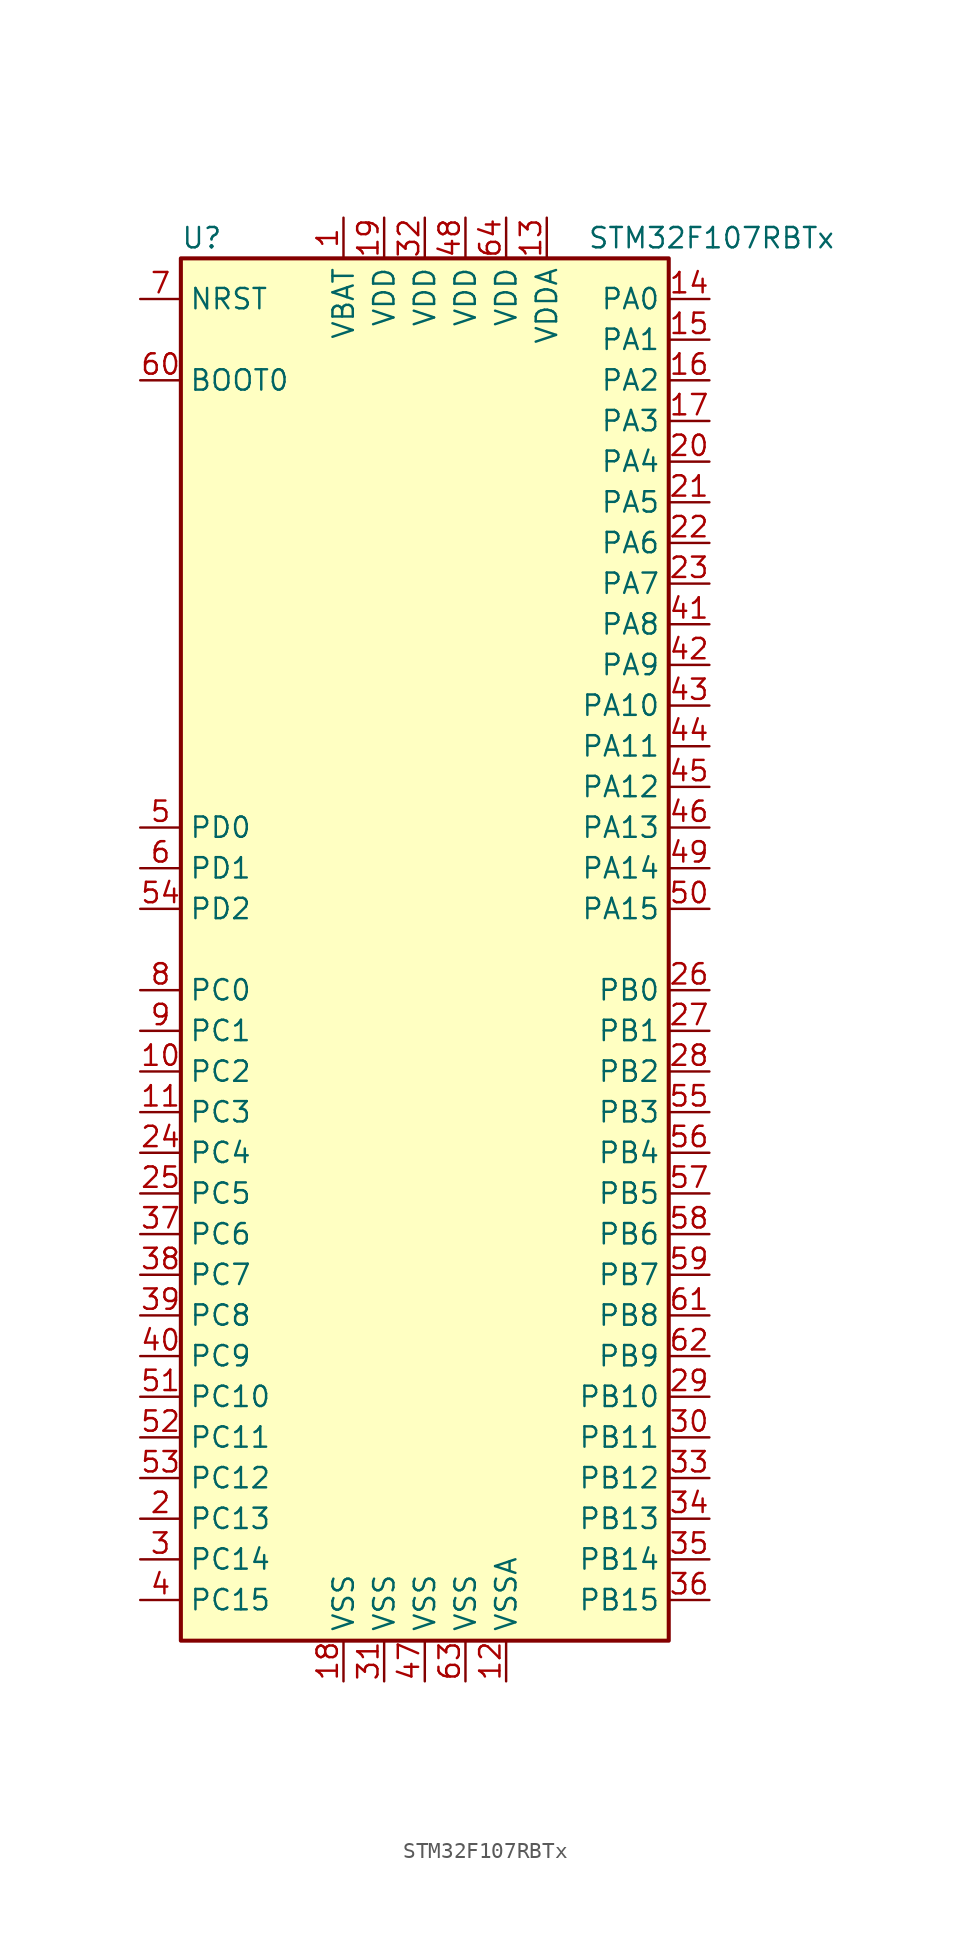
<source format=kicad_sym>
(kicad_symbol_lib
  (version 20211014)
  (generator kicad_symbol_editor)
  (symbol "STM32F107RBTx"
    (property "Reference" "U"
      (at -15.24 44.45 0)
      (effects (font (size 1.27 1.27)) (justify left)))
    (property "Value" "STM32F107RBTx"
      (at 10.16 44.45 0)
      (effects (font (size 1.27 1.27)) (justify left)))
    (symbol "STM32F107RBTx_0_1"
      (rectangle (start -15.24 -43.18) (end 15.24 43.18) (stroke (width 0.254) (type default) (color 0 0 0 0)) (fill (type background))))
    (symbol "STM32F107RBTx_1_1"
      (pin power_in line (at -5.08 45.72 270) (length 2.54) (name "VBAT" (effects (font (size 1.27 1.27)))) (number "1" (effects (font (size 1.27 1.27)))))
      (pin bidirectional line (at -17.78 -7.62 0) (length 2.54) (name "PC2" (effects (font (size 1.27 1.27)))) (number "10" (effects (font (size 1.27 1.27)))))
      (pin bidirectional line (at -17.78 -10.16 0) (length 2.54) (name "PC3" (effects (font (size 1.27 1.27)))) (number "11" (effects (font (size 1.27 1.27)))))
      (pin power_in line (at 5.08 -45.72 90) (length 2.54) (name "VSSA" (effects (font (size 1.27 1.27)))) (number "12" (effects (font (size 1.27 1.27)))))
      (pin power_in line (at 7.62 45.72 270) (length 2.54) (name "VDDA" (effects (font (size 1.27 1.27)))) (number "13" (effects (font (size 1.27 1.27)))))
      (pin bidirectional line (at 17.78 40.64 180) (length 2.54) (name "PA0" (effects (font (size 1.27 1.27)))) (number "14" (effects (font (size 1.27 1.27)))))
      (pin bidirectional line (at 17.78 38.1 180) (length 2.54) (name "PA1" (effects (font (size 1.27 1.27)))) (number "15" (effects (font (size 1.27 1.27)))))
      (pin bidirectional line (at 17.78 35.56 180) (length 2.54) (name "PA2" (effects (font (size 1.27 1.27)))) (number "16" (effects (font (size 1.27 1.27)))))
      (pin bidirectional line (at 17.78 33.02 180) (length 2.54) (name "PA3" (effects (font (size 1.27 1.27)))) (number "17" (effects (font (size 1.27 1.27)))))
      (pin power_in line (at -5.08 -45.72 90) (length 2.54) (name "VSS" (effects (font (size 1.27 1.27)))) (number "18" (effects (font (size 1.27 1.27)))))
      (pin power_in line (at -2.54 45.72 270) (length 2.54) (name "VDD" (effects (font (size 1.27 1.27)))) (number "19" (effects (font (size 1.27 1.27)))))
      (pin bidirectional line (at -17.78 -35.56 0) (length 2.54) (name "PC13" (effects (font (size 1.27 1.27)))) (number "2" (effects (font (size 1.27 1.27)))))
      (pin bidirectional line (at 17.78 30.48 180) (length 2.54) (name "PA4" (effects (font (size 1.27 1.27)))) (number "20" (effects (font (size 1.27 1.27)))))
      (pin bidirectional line (at 17.78 27.94 180) (length 2.54) (name "PA5" (effects (font (size 1.27 1.27)))) (number "21" (effects (font (size 1.27 1.27)))))
      (pin bidirectional line (at 17.78 25.4 180) (length 2.54) (name "PA6" (effects (font (size 1.27 1.27)))) (number "22" (effects (font (size 1.27 1.27)))))
      (pin bidirectional line (at 17.78 22.86 180) (length 2.54) (name "PA7" (effects (font (size 1.27 1.27)))) (number "23" (effects (font (size 1.27 1.27)))))
      (pin bidirectional line (at -17.78 -12.7 0) (length 2.54) (name "PC4" (effects (font (size 1.27 1.27)))) (number "24" (effects (font (size 1.27 1.27)))))
      (pin bidirectional line (at -17.78 -15.24 0) (length 2.54) (name "PC5" (effects (font (size 1.27 1.27)))) (number "25" (effects (font (size 1.27 1.27)))))
      (pin bidirectional line (at 17.78 -2.54 180) (length 2.54) (name "PB0" (effects (font (size 1.27 1.27)))) (number "26" (effects (font (size 1.27 1.27)))))
      (pin bidirectional line (at 17.78 -5.08 180) (length 2.54) (name "PB1" (effects (font (size 1.27 1.27)))) (number "27" (effects (font (size 1.27 1.27)))))
      (pin bidirectional line (at 17.78 -7.62 180) (length 2.54) (name "PB2" (effects (font (size 1.27 1.27)))) (number "28" (effects (font (size 1.27 1.27)))))
      (pin bidirectional line (at 17.78 -27.94 180) (length 2.54) (name "PB10" (effects (font (size 1.27 1.27)))) (number "29" (effects (font (size 1.27 1.27)))))
      (pin bidirectional line (at -17.78 -38.1 0) (length 2.54) (name "PC14" (effects (font (size 1.27 1.27)))) (number "3" (effects (font (size 1.27 1.27)))))
      (pin bidirectional line (at 17.78 -30.48 180) (length 2.54) (name "PB11" (effects (font (size 1.27 1.27)))) (number "30" (effects (font (size 1.27 1.27)))))
      (pin power_in line (at -2.54 -45.72 90) (length 2.54) (name "VSS" (effects (font (size 1.27 1.27)))) (number "31" (effects (font (size 1.27 1.27)))))
      (pin power_in line (at 0 45.72 270) (length 2.54) (name "VDD" (effects (font (size 1.27 1.27)))) (number "32" (effects (font (size 1.27 1.27)))))
      (pin bidirectional line (at 17.78 -33.02 180) (length 2.54) (name "PB12" (effects (font (size 1.27 1.27)))) (number "33" (effects (font (size 1.27 1.27)))))
      (pin bidirectional line (at 17.78 -35.56 180) (length 2.54) (name "PB13" (effects (font (size 1.27 1.27)))) (number "34" (effects (font (size 1.27 1.27)))))
      (pin bidirectional line (at 17.78 -38.1 180) (length 2.54) (name "PB14" (effects (font (size 1.27 1.27)))) (number "35" (effects (font (size 1.27 1.27)))))
      (pin bidirectional line (at 17.78 -40.64 180) (length 2.54) (name "PB15" (effects (font (size 1.27 1.27)))) (number "36" (effects (font (size 1.27 1.27)))))
      (pin bidirectional line (at -17.78 -17.78 0) (length 2.54) (name "PC6" (effects (font (size 1.27 1.27)))) (number "37" (effects (font (size 1.27 1.27)))))
      (pin bidirectional line (at -17.78 -20.32 0) (length 2.54) (name "PC7" (effects (font (size 1.27 1.27)))) (number "38" (effects (font (size 1.27 1.27)))))
      (pin bidirectional line (at -17.78 -22.86 0) (length 2.54) (name "PC8" (effects (font (size 1.27 1.27)))) (number "39" (effects (font (size 1.27 1.27)))))
      (pin bidirectional line (at -17.78 -40.64 0) (length 2.54) (name "PC15" (effects (font (size 1.27 1.27)))) (number "4" (effects (font (size 1.27 1.27)))))
      (pin bidirectional line (at -17.78 -25.4 0) (length 2.54) (name "PC9" (effects (font (size 1.27 1.27)))) (number "40" (effects (font (size 1.27 1.27)))))
      (pin bidirectional line (at 17.78 20.32 180) (length 2.54) (name "PA8" (effects (font (size 1.27 1.27)))) (number "41" (effects (font (size 1.27 1.27)))))
      (pin bidirectional line (at 17.78 17.78 180) (length 2.54) (name "PA9" (effects (font (size 1.27 1.27)))) (number "42" (effects (font (size 1.27 1.27)))))
      (pin bidirectional line (at 17.78 15.24 180) (length 2.54) (name "PA10" (effects (font (size 1.27 1.27)))) (number "43" (effects (font (size 1.27 1.27)))))
      (pin bidirectional line (at 17.78 12.7 180) (length 2.54) (name "PA11" (effects (font (size 1.27 1.27)))) (number "44" (effects (font (size 1.27 1.27)))))
      (pin bidirectional line (at 17.78 10.16 180) (length 2.54) (name "PA12" (effects (font (size 1.27 1.27)))) (number "45" (effects (font (size 1.27 1.27)))))
      (pin bidirectional line (at 17.78 7.62 180) (length 2.54) (name "PA13" (effects (font (size 1.27 1.27)))) (number "46" (effects (font (size 1.27 1.27)))))
      (pin power_in line (at 0 -45.72 90) (length 2.54) (name "VSS" (effects (font (size 1.27 1.27)))) (number "47" (effects (font (size 1.27 1.27)))))
      (pin power_in line (at 2.54 45.72 270) (length 2.54) (name "VDD" (effects (font (size 1.27 1.27)))) (number "48" (effects (font (size 1.27 1.27)))))
      (pin bidirectional line (at 17.78 5.08 180) (length 2.54) (name "PA14" (effects (font (size 1.27 1.27)))) (number "49" (effects (font (size 1.27 1.27)))))
      (pin input line (at -17.78 7.62 0) (length 2.54) (name "PD0" (effects (font (size 1.27 1.27)))) (number "5" (effects (font (size 1.27 1.27)))))
      (pin bidirectional line (at 17.78 2.54 180) (length 2.54) (name "PA15" (effects (font (size 1.27 1.27)))) (number "50" (effects (font (size 1.27 1.27)))))
      (pin bidirectional line (at -17.78 -27.94 0) (length 2.54) (name "PC10" (effects (font (size 1.27 1.27)))) (number "51" (effects (font (size 1.27 1.27)))))
      (pin bidirectional line (at -17.78 -30.48 0) (length 2.54) (name "PC11" (effects (font (size 1.27 1.27)))) (number "52" (effects (font (size 1.27 1.27)))))
      (pin bidirectional line (at -17.78 -33.02 0) (length 2.54) (name "PC12" (effects (font (size 1.27 1.27)))) (number "53" (effects (font (size 1.27 1.27)))))
      (pin bidirectional line (at -17.78 2.54 0) (length 2.54) (name "PD2" (effects (font (size 1.27 1.27)))) (number "54" (effects (font (size 1.27 1.27)))))
      (pin bidirectional line (at 17.78 -10.16 180) (length 2.54) (name "PB3" (effects (font (size 1.27 1.27)))) (number "55" (effects (font (size 1.27 1.27)))))
      (pin bidirectional line (at 17.78 -12.7 180) (length 2.54) (name "PB4" (effects (font (size 1.27 1.27)))) (number "56" (effects (font (size 1.27 1.27)))))
      (pin bidirectional line (at 17.78 -15.24 180) (length 2.54) (name "PB5" (effects (font (size 1.27 1.27)))) (number "57" (effects (font (size 1.27 1.27)))))
      (pin bidirectional line (at 17.78 -17.78 180) (length 2.54) (name "PB6" (effects (font (size 1.27 1.27)))) (number "58" (effects (font (size 1.27 1.27)))))
      (pin bidirectional line (at 17.78 -20.32 180) (length 2.54) (name "PB7" (effects (font (size 1.27 1.27)))) (number "59" (effects (font (size 1.27 1.27)))))
      (pin input line (at -17.78 5.08 0) (length 2.54) (name "PD1" (effects (font (size 1.27 1.27)))) (number "6" (effects (font (size 1.27 1.27)))))
      (pin input line (at -17.78 35.56 0) (length 2.54) (name "BOOT0" (effects (font (size 1.27 1.27)))) (number "60" (effects (font (size 1.27 1.27)))))
      (pin bidirectional line (at 17.78 -22.86 180) (length 2.54) (name "PB8" (effects (font (size 1.27 1.27)))) (number "61" (effects (font (size 1.27 1.27)))))
      (pin bidirectional line (at 17.78 -25.4 180) (length 2.54) (name "PB9" (effects (font (size 1.27 1.27)))) (number "62" (effects (font (size 1.27 1.27)))))
      (pin power_in line (at 2.54 -45.72 90) (length 2.54) (name "VSS" (effects (font (size 1.27 1.27)))) (number "63" (effects (font (size 1.27 1.27)))))
      (pin power_in line (at 5.08 45.72 270) (length 2.54) (name "VDD" (effects (font (size 1.27 1.27)))) (number "64" (effects (font (size 1.27 1.27)))))
      (pin input line (at -17.78 40.64 0) (length 2.54) (name "NRST" (effects (font (size 1.27 1.27)))) (number "7" (effects (font (size 1.27 1.27)))))
      (pin bidirectional line (at -17.78 -2.54 0) (length 2.54) (name "PC0" (effects (font (size 1.27 1.27)))) (number "8" (effects (font (size 1.27 1.27)))))
      (pin bidirectional line (at -17.78 -5.08 0) (length 2.54) (name "PC1" (effects (font (size 1.27 1.27)))) (number "9" (effects (font (size 1.27 1.27))))))))
</source>
